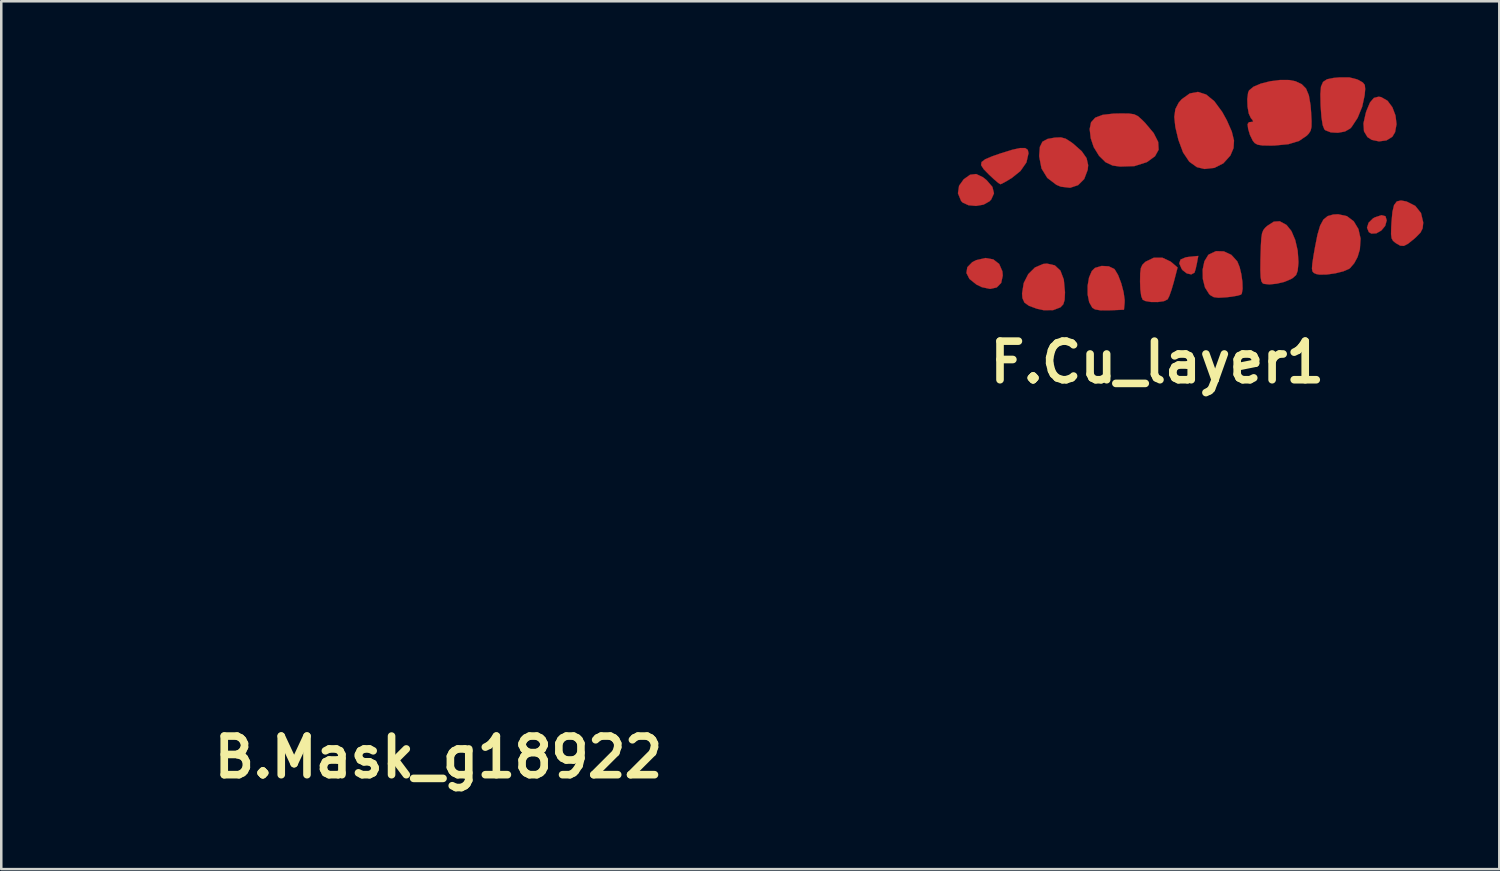
<source format=kicad_pcb>
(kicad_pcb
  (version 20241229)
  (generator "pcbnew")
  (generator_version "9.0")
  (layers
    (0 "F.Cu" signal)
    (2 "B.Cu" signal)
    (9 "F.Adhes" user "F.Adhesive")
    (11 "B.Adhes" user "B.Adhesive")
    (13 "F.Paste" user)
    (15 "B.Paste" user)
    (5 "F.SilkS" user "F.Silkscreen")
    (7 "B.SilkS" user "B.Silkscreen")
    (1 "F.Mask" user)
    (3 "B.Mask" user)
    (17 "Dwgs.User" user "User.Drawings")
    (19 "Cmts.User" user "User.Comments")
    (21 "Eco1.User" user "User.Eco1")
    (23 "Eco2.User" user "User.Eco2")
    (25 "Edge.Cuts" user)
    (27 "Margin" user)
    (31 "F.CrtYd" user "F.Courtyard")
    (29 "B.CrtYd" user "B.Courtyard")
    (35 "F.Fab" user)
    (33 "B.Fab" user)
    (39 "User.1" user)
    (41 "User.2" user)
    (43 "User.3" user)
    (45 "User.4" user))
  (footprint "B.Mask_g18922"
    (layer "F.Cu")
    (at 14.256 26.839)
    (property "Reference" "B.Mask_g18922" (at 0 0 0) (layer "F.SilkS") (effects (font (size 1.524 1.524) (thickness 0.3))))
    (attr through_hole)
    (fp_poly (pts (xy 8.118 -21.189) (xy 8.389 -21.004) (xy 8.589 -20.701) (xy 8.641 -20.375) (xy 8.551 -20.064) (xy 8.328 -19.808) (xy 8.115 -19.69) (xy 7.907 -19.609) (xy 7.781 -19.566) (xy 7.766 -19.563) (xy 7.683 -19.595) (xy 7.567 -19.641) (xy 7.364 -19.786) (xy 7.176 -20.019) (xy 7.051 -20.27) (xy 7.027 -20.401) (xy 7.082 -20.661) (xy 7.219 -20.931) (xy 7.396 -21.131) (xy 7.446 -21.164) (xy 7.781 -21.255) (xy 8.118 -21.189)) (stroke (width 0.01) (type solid)) (fill yes) (layer "B.Mask"))
    (fp_poly (pts (xy -7.942 -24.53) (xy -7.521 -24.499) (xy -7.204 -24.452) (xy -6.924 -24.371) (xy -6.616 -24.241) (xy -6.49 -24.181) (xy -5.897 -23.832) (xy -5.394 -23.387) (xy -4.961 -22.826) (xy -4.578 -22.126) (xy -4.463 -21.867) (xy -4.211 -21.22) (xy -4.041 -20.632) (xy -3.942 -20.038) (xy -3.899 -19.373) (xy -3.895 -19.04) (xy -3.913 -18.388) (xy -3.976 -17.836) (xy -4.096 -17.321) (xy -4.285 -16.776) (xy -4.339 -16.641) (xy -4.72 -15.933) (xy -5.252 -15.297) (xy -5.934 -14.735) (xy -6.764 -14.249) (xy -7.368 -13.98) (xy -8.138 -13.733) (xy -8.937 -13.587) (xy -9.724 -13.544) (xy -10.458 -13.607) (xy -11.016 -13.748) (xy -11.814 -14.117) (xy -12.517 -14.619) (xy -13.113 -15.243) (xy -13.589 -15.974) (xy -13.933 -16.798) (xy -14.007 -17.055) (xy -14.094 -17.461) (xy -14.166 -17.933) (xy -14.219 -18.424) (xy -14.249 -18.886) (xy -14.251 -19.273) (xy -14.227 -19.516) (xy -13.99 -20.45) (xy -13.696 -21.251) (xy -13.331 -21.949) (xy -12.878 -22.574) (xy -12.532 -22.954) (xy -11.823 -23.553) (xy -11.022 -24.012) (xy -10.13 -24.329) (xy -9.153 -24.505) (xy -8.092 -24.537) (xy -7.942 -24.53)) (stroke (width 0.01) (type solid)) (fill yes) (layer "B.Mask"))
    (fp_poly (pts (xy 17.395 -26.809) (xy 17.493 -26.719) (xy 17.495 -26.535) (xy 17.357 -26.342) (xy 17.069 -26.131) (xy 16.708 -25.935) (xy 16.399 -25.789) (xy 16.151 -25.693) (xy 15.905 -25.635) (xy 15.606 -25.603) (xy 15.197 -25.583) (xy 15.163 -25.582) (xy 14.75 -25.576) (xy 14.226 -25.583) (xy 13.648 -25.602) (xy 13.074 -25.63) (xy 12.869 -25.643) (xy 12.35 -25.672) (xy 11.877 -25.688) (xy 11.486 -25.69) (xy 11.212 -25.678) (xy 11.134 -25.667) (xy 10.795 -25.597) (xy 11.218 -25.534) (xy 11.56 -25.465) (xy 11.977 -25.355) (xy 12.433 -25.217) (xy 12.893 -25.062) (xy 13.32 -24.903) (xy 13.679 -24.753) (xy 13.934 -24.624) (xy 14.029 -24.556) (xy 14.257 -24.28) (xy 14.518 -23.892) (xy 14.783 -23.437) (xy 15.028 -22.962) (xy 15.226 -22.513) (xy 15.3 -22.31) (xy 15.397 -21.994) (xy 15.462 -21.713) (xy 15.502 -21.414) (xy 15.522 -21.05) (xy 15.529 -20.57) (xy 15.529 -20.532) (xy 15.528 -20.067) (xy 15.517 -19.728) (xy 15.49 -19.472) (xy 15.441 -19.254) (xy 15.363 -19.032) (xy 15.294 -18.863) (xy 15.119 -18.507) (xy 14.903 -18.155) (xy 14.724 -17.918) (xy 14.546 -17.702) (xy 14.426 -17.528) (xy 14.393 -17.451) (xy 14.322 -17.369) (xy 14.163 -17.303) (xy 13.995 -17.278) (xy 13.91 -17.304) (xy 13.84 -17.279) (xy 13.764 -17.166) (xy 13.621 -17.006) (xy 13.352 -16.816) (xy 12.993 -16.616) (xy 12.58 -16.426) (xy 12.15 -16.266) (xy 12.12 -16.257) (xy 11.438 -16.12) (xy 10.651 -16.105) (xy 9.772 -16.211) (xy 9.525 -16.26) (xy 8.93 -16.39) (xy 8.487 -16.501) (xy 8.181 -16.606) (xy 7.997 -16.715) (xy 7.92 -16.842) (xy 7.935 -16.997) (xy 8.028 -17.193) (xy 8.036 -17.207) (xy 12.712 -17.207) (xy 13.129 -17.383) (xy 13.362 -17.492) (xy 13.513 -17.581) (xy 13.547 -17.618) (xy 13.472 -17.666) (xy 13.29 -17.706) (xy 13.258 -17.711) (xy 13.05 -17.714) (xy 12.927 -17.631) (xy 12.84 -17.476) (xy 12.712 -17.207) (xy 8.036 -17.207) (xy 8.133 -17.365) (xy 8.488 -18.004) (xy 8.831 -18.803) (xy 8.948 -19.119) (xy 9.047 -19.58) (xy 9.039 -20.058) (xy 9.029 -20.098) (xy 13.123 -20.098) (xy 13.165 -20.073) (xy 13.277 -20.181) (xy 13.303 -20.214) (xy 13.377 -20.314) (xy 13.333 -20.293) (xy 13.271 -20.246) (xy 13.154 -20.142) (xy 13.123 -20.098) (xy 9.029 -20.098) (xy 8.942 -20.447) (xy 13.377 -20.447) (xy 13.42 -20.405) (xy 13.462 -20.447) (xy 13.42 -20.489) (xy 13.377 -20.447) (xy 8.942 -20.447) (xy 8.93 -20.497) (xy 8.775 -20.777) (xy 8.523 -21.048) (xy 8.228 -21.229) (xy 7.849 -21.341) (xy 7.354 -21.399) (xy 7.062 -21.416) (xy 6.871 -21.437) (xy 6.768 -21.493) (xy 6.74 -21.613) (xy 6.774 -21.825) (xy 6.858 -22.16) (xy 6.916 -22.389) (xy 7.053 -22.813) (xy 12.716 -22.813) (xy 12.749 -22.777) (xy 12.794 -22.775) (xy 12.98 -22.699) (xy 13.158 -22.501) (xy 13.305 -22.231) (xy 13.4 -21.935) (xy 13.421 -21.661) (xy 13.378 -21.506) (xy 13.228 -21.366) (xy 13.099 -21.328) (xy 12.978 -21.317) (xy 13.009 -21.292) (xy 13.123 -21.256) (xy 13.336 -21.247) (xy 13.529 -21.367) (xy 13.628 -21.474) (xy 13.684 -21.602) (xy 13.705 -21.796) (xy 13.701 -22.105) (xy 13.698 -22.179) (xy 13.674 -22.818) (xy 13.314 -22.942) (xy 13.083 -23.013) (xy 12.947 -23.017) (xy 12.842 -22.953) (xy 12.809 -22.921) (xy 12.716 -22.813) (xy 7.053 -22.813) (xy 7.126 -23.041) (xy 7.432 -23.716) (xy 7.811 -24.382) (xy 8.243 -25.011) (xy 8.706 -25.571) (xy 9.179 -26.032) (xy 9.641 -26.365) (xy 9.729 -26.412) (xy 9.894 -26.485) (xy 10.079 -26.538) (xy 10.306 -26.574) (xy 10.593 -26.591) (xy 10.96 -26.59) (xy 11.427 -26.572) (xy 12.012 -26.536) (xy 12.736 -26.482) (xy 13.185 -26.446) (xy 14.119 -26.382) (xy 14.899 -26.355) (xy 15.534 -26.366) (xy 16.036 -26.414) (xy 16.415 -26.501) (xy 16.683 -26.627) (xy 16.724 -26.657) (xy 16.953 -26.782) (xy 17.195 -26.834) (xy 17.395 -26.809)) (stroke (width 0.01) (type solid)) (fill yes) (layer "B.Mask")))
  (footprint "F.Cu_layer1"
    (layer "F.Cu")
    (at 42.627 11.249)
    (property "Reference" "F.Cu_layer1" (at 0 0 0) (layer "F.SilkS") (effects (font (size 1.524 1.524) (thickness 0.3))))
    (attr through_hole)
    (fp_poly (pts (xy 9.01 -5.765) (xy 9.059 -5.602) (xy 8.998 -5.382) (xy 8.846 -5.201) (xy 8.65 -5.089) (xy 8.455 -5.078) (xy 8.354 -5.136) (xy 8.281 -5.31) (xy 8.343 -5.507) (xy 8.519 -5.68) (xy 8.589 -5.719) (xy 8.854 -5.806) (xy 9.01 -5.765)) (stroke (width 0.01) (type solid)) (fill yes) (layer "F.Cu"))
    (fp_poly (pts (xy 1.565 -3.898) (xy 1.517 -3.682) (xy 1.474 -3.544) (xy 1.469 -3.535) (xy 1.344 -3.468) (xy 1.167 -3.508) (xy 1 -3.637) (xy 0.966 -3.682) (xy 0.869 -3.904) (xy 0.922 -4.056) (xy 1.129 -4.143) (xy 1.27 -4.163) (xy 1.621 -4.197) (xy 1.565 -3.898)) (stroke (width 0.01) (type solid)) (fill yes) (layer "F.Cu"))
    (fp_poly (pts (xy -6.469 -4.06) (xy -6.237 -3.879) (xy -6.111 -3.589) (xy -6.096 -3.423) (xy -6.159 -3.132) (xy -6.332 -2.954) (xy -6.594 -2.895) (xy -6.921 -2.964) (xy -7.136 -3.068) (xy -7.411 -3.288) (xy -7.531 -3.524) (xy -7.495 -3.752) (xy -7.302 -3.95) (xy -7.147 -4.03) (xy -6.781 -4.115) (xy -6.469 -4.06)) (stroke (width 0.01) (type solid)) (fill yes) (layer "F.Cu"))
    (fp_poly (pts (xy -6.881 -7.305) (xy -6.734 -7.188) (xy -6.504 -6.92) (xy -6.443 -6.667) (xy -6.55 -6.428) (xy -6.62 -6.353) (xy -6.855 -6.222) (xy -7.152 -6.171) (xy -7.447 -6.198) (xy -7.679 -6.303) (xy -7.742 -6.369) (xy -7.865 -6.669) (xy -7.821 -6.967) (xy -7.637 -7.223) (xy -7.386 -7.402) (xy -7.145 -7.43) (xy -6.881 -7.305)) (stroke (width 0.01) (type solid)) (fill yes) (layer "F.Cu"))
    (fp_poly (pts (xy 8.841 -10.466) (xy 9.09 -10.323) (xy 9.283 -10.065) (xy 9.406 -9.74) (xy 9.446 -9.397) (xy 9.389 -9.082) (xy 9.279 -8.899) (xy 9.05 -8.758) (xy 8.755 -8.718) (xy 8.465 -8.78) (xy 8.297 -8.89) (xy 8.162 -9.117) (xy 8.141 -9.427) (xy 8.233 -9.841) (xy 8.261 -9.928) (xy 8.4 -10.256) (xy 8.552 -10.434) (xy 8.737 -10.482) (xy 8.841 -10.466)) (stroke (width 0.01) (type solid)) (fill yes) (layer "F.Cu"))
    (fp_poly (pts (xy -5.21 -8.455) (xy -5.108 -8.383) (xy -5.08 -8.251) (xy -5.162 -7.889) (xy -5.399 -7.549) (xy -5.736 -7.277) (xy -5.964 -7.139) (xy -6.133 -7.048) (xy -6.189 -7.027) (xy -6.277 -7.082) (xy -6.446 -7.225) (xy -6.649 -7.416) (xy -6.852 -7.625) (xy -6.951 -7.781) (xy -6.934 -7.903) (xy -6.788 -8.014) (xy -6.502 -8.134) (xy -6.166 -8.25) (xy -5.72 -8.388) (xy -5.408 -8.456) (xy -5.21 -8.455)) (stroke (width 0.01) (type solid)) (fill yes) (layer "F.Cu"))
    (fp_poly (pts (xy -1.913 -3.787) (xy -1.698 -3.686) (xy -1.675 -3.662) (xy -1.543 -3.44) (xy -1.42 -3.119) (xy -1.327 -2.768) (xy -1.284 -2.456) (xy -1.286 -2.353) (xy -1.312 -2.074) (xy -1.874 -2.05) (xy -2.23 -2.048) (xy -2.453 -2.086) (xy -2.561 -2.15) (xy -2.685 -2.369) (xy -2.746 -2.676) (xy -2.747 -3.019) (xy -2.691 -3.345) (xy -2.581 -3.603) (xy -2.458 -3.724) (xy -2.191 -3.802) (xy -1.913 -3.787)) (stroke (width 0.01) (type solid)) (fill yes) (layer "F.Cu"))
    (fp_poly (pts (xy -4.043 -3.825) (xy -3.82 -3.616) (xy -3.687 -3.264) (xy -3.641 -2.769) (xy -3.641 -2.751) (xy -3.654 -2.464) (xy -3.706 -2.29) (xy -3.813 -2.175) (xy -3.829 -2.164) (xy -4.113 -2.057) (xy -4.481 -2.055) (xy -4.746 -2.112) (xy -5.06 -2.227) (xy -5.24 -2.354) (xy -5.32 -2.531) (xy -5.334 -2.717) (xy -5.269 -3.127) (xy -5.09 -3.479) (xy -4.826 -3.741) (xy -4.502 -3.88) (xy -4.355 -3.895) (xy -4.043 -3.825)) (stroke (width 0.01) (type solid)) (fill yes) (layer "F.Cu"))
    (fp_poly (pts (xy -3.612 -8.825) (xy -3.395 -8.687) (xy -3.312 -8.624) (xy -2.978 -8.328) (xy -2.789 -8.057) (xy -2.726 -7.781) (xy -2.743 -7.597) (xy -2.881 -7.233) (xy -3.122 -6.992) (xy -3.438 -6.887) (xy -3.802 -6.93) (xy -3.978 -7.003) (xy -4.338 -7.276) (xy -4.567 -7.65) (xy -4.656 -8.114) (xy -4.657 -8.172) (xy -4.631 -8.502) (xy -4.531 -8.705) (xy -4.326 -8.816) (xy -4.04 -8.867) (xy -3.802 -8.877) (xy -3.612 -8.825)) (stroke (width 0.01) (type solid)) (fill yes) (layer "F.Cu"))
    (fp_poly (pts (xy 0.528 -3.975) (xy 0.567 -3.944) (xy 0.804 -3.74) (xy 0.655 -3.168) (xy 0.566 -2.864) (xy 0.479 -2.618) (xy 0.412 -2.484) (xy 0.266 -2.412) (xy 0.023 -2.377) (xy -0.247 -2.379) (xy -0.475 -2.419) (xy -0.576 -2.472) (xy -0.631 -2.613) (xy -0.667 -2.883) (xy -0.677 -3.186) (xy -0.672 -3.511) (xy -0.646 -3.715) (xy -0.587 -3.846) (xy -0.48 -3.952) (xy -0.454 -3.973) (xy -0.136 -4.125) (xy 0.208 -4.125) (xy 0.528 -3.975)) (stroke (width 0.01) (type solid)) (fill yes) (layer "F.Cu"))
    (fp_poly (pts (xy 1.932 -10.568) (xy 2.254 -10.304) (xy 2.567 -9.879) (xy 2.749 -9.549) (xy 2.944 -9.106) (xy 3.031 -8.753) (xy 3.013 -8.454) (xy 2.893 -8.171) (xy 2.882 -8.153) (xy 2.61 -7.852) (xy 2.257 -7.673) (xy 1.868 -7.629) (xy 1.566 -7.701) (xy 1.267 -7.915) (xy 1.02 -8.283) (xy 0.837 -8.777) (xy 0.715 -9.29) (xy 0.674 -9.684) (xy 0.717 -9.992) (xy 0.847 -10.244) (xy 0.965 -10.38) (xy 1.283 -10.609) (xy 1.607 -10.671) (xy 1.932 -10.568)) (stroke (width 0.01) (type solid)) (fill yes) (layer "F.Cu"))
    (fp_poly (pts (xy 9.84 -6.346) (xy 10.185 -6.173) (xy 10.411 -5.892) (xy 10.498 -5.527) (xy 10.499 -5.499) (xy 10.477 -5.287) (xy 10.391 -5.116) (xy 10.204 -4.927) (xy 10.145 -4.875) (xy 9.904 -4.681) (xy 9.736 -4.593) (xy 9.593 -4.602) (xy 9.427 -4.697) (xy 9.407 -4.711) (xy 9.308 -4.793) (xy 9.252 -4.893) (xy 9.231 -5.055) (xy 9.236 -5.321) (xy 9.247 -5.52) (xy 9.284 -5.936) (xy 9.349 -6.205) (xy 9.457 -6.348) (xy 9.622 -6.386) (xy 9.84 -6.346)) (stroke (width 0.01) (type solid)) (fill yes) (layer "F.Cu"))
    (fp_poly (pts (xy -1.112 -9.817) (xy -0.909 -9.787) (xy -0.753 -9.709) (xy -0.584 -9.556) (xy -0.475 -9.445) (xy -0.138 -9.044) (xy 0.039 -8.694) (xy 0.056 -8.391) (xy -0.087 -8.132) (xy -0.389 -7.911) (xy -0.42 -7.895) (xy -0.904 -7.742) (xy -1.466 -7.724) (xy -1.76 -7.765) (xy -2.037 -7.895) (xy -2.297 -8.151) (xy -2.506 -8.492) (xy -2.623 -8.84) (xy -2.666 -9.204) (xy -2.612 -9.471) (xy -2.447 -9.654) (xy -2.155 -9.765) (xy -1.722 -9.815) (xy -1.424 -9.821) (xy -1.112 -9.817)) (stroke (width 0.01) (type solid)) (fill yes) (layer "F.Cu"))
    (fp_poly (pts (xy 2.631 -4.377) (xy 2.926 -4.24) (xy 3.159 -3.984) (xy 3.162 -3.979) (xy 3.252 -3.759) (xy 3.321 -3.472) (xy 3.363 -3.168) (xy 3.371 -2.899) (xy 3.34 -2.715) (xy 3.307 -2.67) (xy 3.172 -2.629) (xy 2.928 -2.587) (xy 2.714 -2.563) (xy 2.419 -2.546) (xy 2.233 -2.57) (xy 2.1 -2.645) (xy 2.048 -2.694) (xy 1.885 -2.953) (xy 1.8 -3.292) (xy 1.793 -3.655) (xy 1.863 -3.986) (xy 2.012 -4.231) (xy 2.039 -4.255) (xy 2.32 -4.386) (xy 2.631 -4.377)) (stroke (width 0.01) (type solid)) (fill yes) (layer "F.Cu"))
    (fp_poly (pts (xy 7.487 -5.768) (xy 7.758 -5.564) (xy 7.942 -5.258) (xy 8.027 -4.88) (xy 7.999 -4.456) (xy 7.909 -4.155) (xy 7.777 -3.91) (xy 7.615 -3.72) (xy 7.577 -3.69) (xy 7.348 -3.59) (xy 7.032 -3.511) (xy 6.697 -3.464) (xy 6.408 -3.459) (xy 6.278 -3.483) (xy 6.184 -3.525) (xy 6.128 -3.586) (xy 6.108 -3.698) (xy 6.122 -3.891) (xy 6.168 -4.196) (xy 6.225 -4.526) (xy 6.325 -5.033) (xy 6.431 -5.394) (xy 6.56 -5.632) (xy 6.728 -5.77) (xy 6.95 -5.832) (xy 7.142 -5.842) (xy 7.487 -5.768)) (stroke (width 0.01) (type solid)) (fill yes) (layer "F.Cu"))
    (fp_poly (pts (xy 7.587 -11.243) (xy 7.888 -11.167) (xy 7.956 -11.135) (xy 8.117 -11.042) (xy 8.194 -10.944) (xy 8.209 -10.785) (xy 8.189 -10.544) (xy 8.091 -10.089) (xy 7.911 -9.648) (xy 7.676 -9.29) (xy 7.616 -9.225) (xy 7.411 -9.109) (xy 7.134 -9.058) (xy 6.854 -9.073) (xy 6.638 -9.157) (xy 6.596 -9.196) (xy 6.532 -9.361) (xy 6.483 -9.674) (xy 6.451 -10.113) (xy 6.449 -10.152) (xy 6.44 -10.586) (xy 6.465 -10.881) (xy 6.546 -11.066) (xy 6.702 -11.17) (xy 6.953 -11.222) (xy 7.19 -11.244) (xy 7.587 -11.243)) (stroke (width 0.01) (type solid)) (fill yes) (layer "F.Cu"))
    (fp_poly (pts (xy 5.093 -5.427) (xy 5.11 -5.413) (xy 5.298 -5.179) (xy 5.448 -4.826) (xy 5.545 -4.405) (xy 5.575 -3.963) (xy 5.571 -3.883) (xy 5.544 -3.61) (xy 5.484 -3.447) (xy 5.361 -3.333) (xy 5.284 -3.285) (xy 5.027 -3.176) (xy 4.721 -3.102) (xy 4.428 -3.072) (xy 4.21 -3.095) (xy 4.162 -3.118) (xy 4.112 -3.195) (xy 4.082 -3.36) (xy 4.07 -3.639) (xy 4.074 -4.055) (xy 4.078 -4.187) (xy 4.092 -4.612) (xy 4.109 -4.902) (xy 4.139 -5.092) (xy 4.188 -5.217) (xy 4.263 -5.311) (xy 4.344 -5.384) (xy 4.603 -5.551) (xy 4.838 -5.565) (xy 5.093 -5.427)) (stroke (width 0.01) (type solid)) (fill yes) (layer "F.Cu"))
    (fp_poly (pts (xy 5.211 -11.14) (xy 5.455 -11.093) (xy 5.703 -10.977) (xy 5.875 -10.802) (xy 5.986 -10.535) (xy 6.052 -10.149) (xy 6.074 -9.872) (xy 6.093 -9.52) (xy 6.09 -9.292) (xy 6.057 -9.145) (xy 5.987 -9.032) (xy 5.907 -8.947) (xy 5.601 -8.737) (xy 5.178 -8.608) (xy 4.621 -8.554) (xy 4.468 -8.552) (xy 4.154 -8.558) (xy 3.963 -8.588) (xy 3.846 -8.653) (xy 3.771 -8.746) (xy 3.66 -8.975) (xy 3.589 -9.212) (xy 3.567 -9.4) (xy 3.618 -9.474) (xy 3.686 -9.483) (xy 3.787 -9.495) (xy 3.764 -9.559) (xy 3.696 -9.638) (xy 3.614 -9.816) (xy 3.565 -10.091) (xy 3.555 -10.389) (xy 3.587 -10.639) (xy 3.624 -10.728) (xy 3.799 -10.875) (xy 4.094 -11) (xy 4.46 -11.092) (xy 4.849 -11.142) (xy 5.211 -11.14)) (stroke (width 0.01) (type solid)) (fill yes) (layer "F.Cu")))
  (gr_rect
    (start -3 -3)
    (end 56.13 31.257)
    (stroke (width 0.1) (type default))
    (fill no)
    (layer "Edge.Cuts")))
</source>
